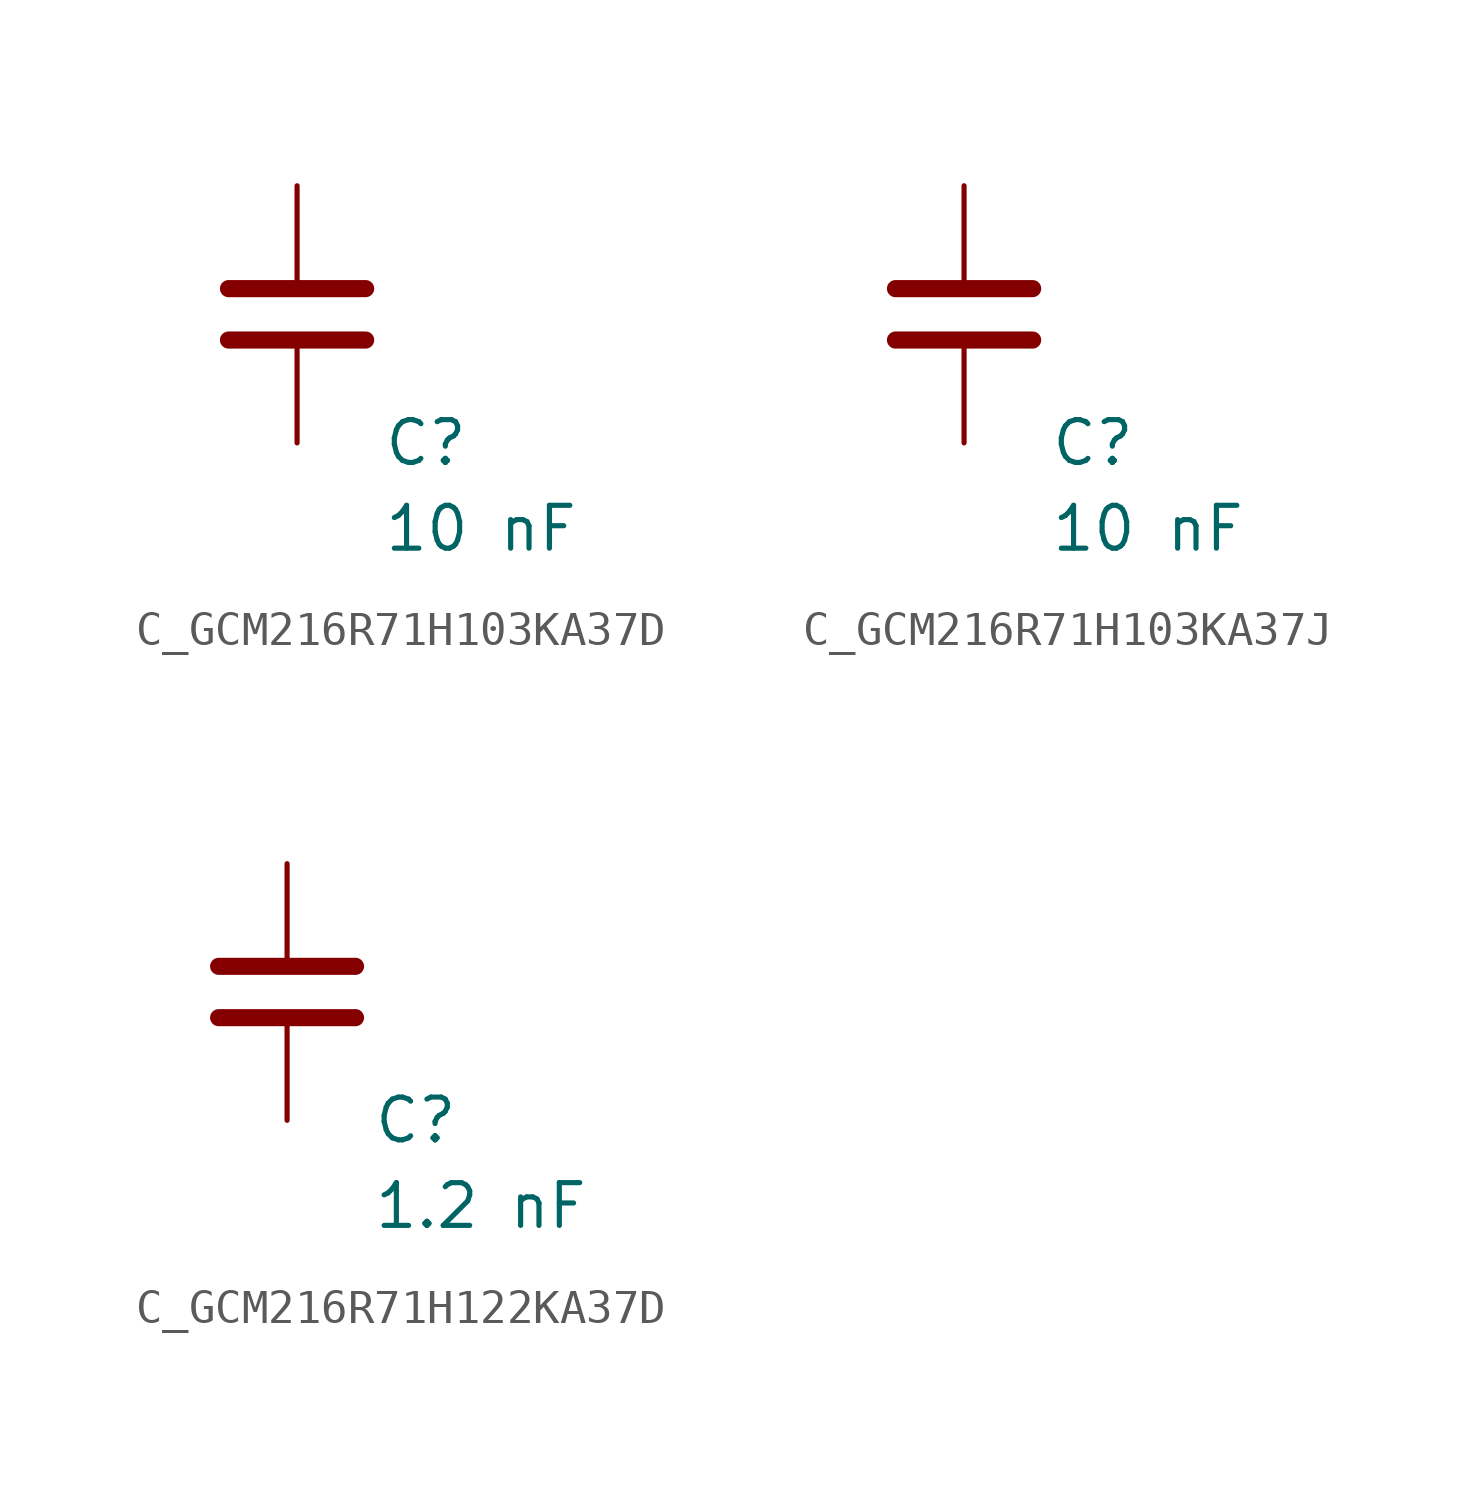
<source format=kicad_sym>
(kicad_symbol_lib
  (version 20231120)
  (generator "kicad_symbol_editor")
  (generator_version "8.0")
  (symbol "C_GCM216R71H103KA37D"
    (pin_numbers hide)
    (pin_names
      (offset 0.254))
    (property "Reference" "C"
      (at 2.54 -3.81 0)
      (effects (font (size 1.27 1.27)) (justify left))
      (show_name no))
    (property "Value" "10 nF"
      (at 2.54 -6.35 0)
      (effects (font (size 1.27 1.27)) (justify left))
      (show_name no))
    (symbol "C_GCM216R71H103KA37D_0_1"
      (polyline (pts (xy -2.032 -0.762) (xy 2.032 -0.762)) (stroke (width 0.508) (type default)) (fill (type none)))
      (polyline (pts (xy -2.032 0.762) (xy 2.032 0.762)) (stroke (width 0.508) (type default)) (fill (type none))))
    (symbol "C_GCM216R71H103KA37D_1_1"
      (pin passive line (at 0 3.81 270) (length 2.794) (name "~" (effects (font (size 1.27 1.27)))) (number "1" (effects (font (size 1.27 1.27)))))
      (pin passive line (at 0 -3.81 90) (length 2.794) (name "~" (effects (font (size 1.27 1.27)))) (number "2" (effects (font (size 1.27 1.27)))))))
  (symbol "C_GCM216R71H103KA37J"
    (pin_numbers hide)
    (pin_names
      (offset 0.254))
    (property "Reference" "C"
      (at 2.54 -3.81 0)
      (effects (font (size 1.27 1.27)) (justify left))
      (show_name no))
    (property "Value" "10 nF"
      (at 2.54 -6.35 0)
      (effects (font (size 1.27 1.27)) (justify left))
      (show_name no))
    (symbol "C_GCM216R71H103KA37J_0_1"
      (polyline (pts (xy -2.032 -0.762) (xy 2.032 -0.762)) (stroke (width 0.508) (type default)) (fill (type none)))
      (polyline (pts (xy -2.032 0.762) (xy 2.032 0.762)) (stroke (width 0.508) (type default)) (fill (type none))))
    (symbol "C_GCM216R71H103KA37J_1_1"
      (pin passive line (at 0 3.81 270) (length 2.794) (name "~" (effects (font (size 1.27 1.27)))) (number "1" (effects (font (size 1.27 1.27)))))
      (pin passive line (at 0 -3.81 90) (length 2.794) (name "~" (effects (font (size 1.27 1.27)))) (number "2" (effects (font (size 1.27 1.27)))))))
  (symbol "C_GCM216R71H122KA37D"
    (pin_numbers hide)
    (pin_names
      (offset 0.254))
    (property "Reference" "C"
      (at 2.54 -3.81 0)
      (effects (font (size 1.27 1.27)) (justify left))
      (show_name no))
    (property "Value" "1.2 nF"
      (at 2.54 -6.35 0)
      (effects (font (size 1.27 1.27)) (justify left))
      (show_name no))
    (symbol "C_GCM216R71H122KA37D_0_1"
      (polyline (pts (xy -2.032 -0.762) (xy 2.032 -0.762)) (stroke (width 0.508) (type default)) (fill (type none)))
      (polyline (pts (xy -2.032 0.762) (xy 2.032 0.762)) (stroke (width 0.508) (type default)) (fill (type none))))
    (symbol "C_GCM216R71H122KA37D_1_1"
      (pin passive line (at 0 3.81 270) (length 2.794) (name "~" (effects (font (size 1.27 1.27)))) (number "1" (effects (font (size 1.27 1.27)))))
      (pin passive line (at 0 -3.81 90) (length 2.794) (name "~" (effects (font (size 1.27 1.27)))) (number "2" (effects (font (size 1.27 1.27))))))))
</source>
